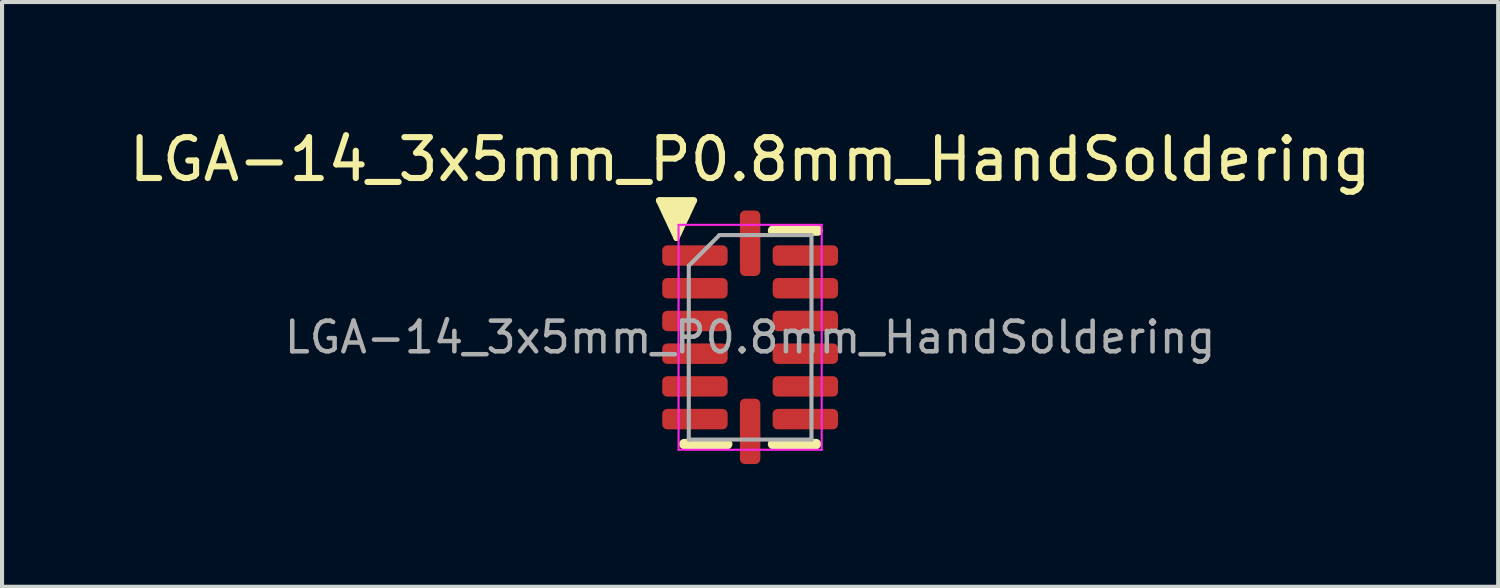
<source format=kicad_pcb>
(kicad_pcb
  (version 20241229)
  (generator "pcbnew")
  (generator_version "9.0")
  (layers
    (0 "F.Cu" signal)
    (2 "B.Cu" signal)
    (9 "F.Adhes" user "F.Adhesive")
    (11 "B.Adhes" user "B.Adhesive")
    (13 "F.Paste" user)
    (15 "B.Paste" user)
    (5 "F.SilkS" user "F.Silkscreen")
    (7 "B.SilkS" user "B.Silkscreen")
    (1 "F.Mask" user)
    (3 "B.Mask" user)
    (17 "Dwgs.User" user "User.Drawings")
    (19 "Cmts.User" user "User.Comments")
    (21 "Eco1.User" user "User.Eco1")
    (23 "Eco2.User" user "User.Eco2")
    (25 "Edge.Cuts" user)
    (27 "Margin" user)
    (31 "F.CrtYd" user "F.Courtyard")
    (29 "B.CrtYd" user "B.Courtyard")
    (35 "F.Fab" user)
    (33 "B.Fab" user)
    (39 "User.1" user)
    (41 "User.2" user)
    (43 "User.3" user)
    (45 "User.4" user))
  (footprint "LGA-14_3x5mm_P0.8mm_HandSoldering"
    (layer "F.Cu")
    (at 15.292 5.198)
    (property "Reference" "LGA-14_3x5mm_P0.8mm_HandSoldering" (at 0 -4.35 0) (layer "F.SilkS") (effects (font (size 1 1) (thickness 0.15))))
    (attr smd)
    (fp_line (start -0.56 2.61) (end -1.61 2.61) (stroke (width 0.254) (type solid)) (layer "F.SilkS"))
    (fp_line (start 0.56 -2.61) (end 1.65 -2.61) (stroke (width 0.254) (type solid)) (layer "F.SilkS"))
    (fp_line (start 0.56 2.61) (end 1.61 2.61) (stroke (width 0.254) (type solid)) (layer "F.SilkS"))
    (fp_line (start -1.75 -2.75) (end -1.75 2.75) (stroke (width 0.05) (type solid)) (layer "F.CrtYd"))
    (fp_line (start -1.75 2.75) (end 1.75 2.75) (stroke (width 0.05) (type solid)) (layer "F.CrtYd"))
    (fp_line (start 1.75 -2.75) (end -1.75 -2.75) (stroke (width 0.05) (type solid)) (layer "F.CrtYd"))
    (fp_line (start 1.75 2.75) (end 1.75 -2.75) (stroke (width 0.05) (type solid)) (layer "F.CrtYd"))
    (fp_line (start -1.5 -1.75) (end -0.75 -2.5) (stroke (width 0.1) (type solid)) (layer "F.Fab"))
    (fp_line (start -1.5 2.5) (end -1.5 -1.75) (stroke (width 0.1) (type solid)) (layer "F.Fab"))
    (fp_line (start -0.75 -2.5) (end 1.5 -2.5) (stroke (width 0.1) (type solid)) (layer "F.Fab"))
    (fp_line (start 1.5 -2.5) (end 1.5 2.5) (stroke (width 0.1) (type solid)) (layer "F.Fab"))
    (fp_line (start 1.5 2.5) (end -1.5 2.5) (stroke (width 0.1) (type solid)) (layer "F.Fab"))
    (fp_text user "▲" (at -1.8 -2.8 180) (unlocked yes) (layer "F.SilkS") (effects (font (size 1.2 1) (thickness 0.15))))
    (fp_text user "${REFERENCE}" (at 0 0 0) (layer "F.Fab") (effects (font (size 0.75 0.75) (thickness 0.11))))
    (pad "1" smd roundrect (at -1.35 -2) (size 1.6 0.5) (layers "F.Cu" "F.Mask" "F.Paste") (roundrect_rratio 0.25))
    (pad "2" smd roundrect (at -1.35 -1.2) (size 1.6 0.5) (layers "F.Cu" "F.Mask" "F.Paste") (roundrect_rratio 0.25))
    (pad "3" smd roundrect (at -1.35 -0.4) (size 1.6 0.5) (layers "F.Cu" "F.Mask" "F.Paste") (roundrect_rratio 0.25))
    (pad "4" smd roundrect (at -1.35 0.4) (size 1.6 0.5) (layers "F.Cu" "F.Mask" "F.Paste") (roundrect_rratio 0.25))
    (pad "5" smd roundrect (at -1.35 1.2) (size 1.6 0.5) (layers "F.Cu" "F.Mask" "F.Paste") (roundrect_rratio 0.25))
    (pad "6" smd roundrect (at -1.35 2) (size 1.6 0.5) (layers "F.Cu" "F.Mask" "F.Paste") (roundrect_rratio 0.25))
    (pad "7" smd roundrect (at 0 2.3 90) (size 1.6 0.5) (layers "F.Cu" "F.Mask" "F.Paste") (roundrect_rratio 0.25))
    (pad "8" smd roundrect (at 1.35 2) (size 1.6 0.5) (layers "F.Cu" "F.Mask" "F.Paste") (roundrect_rratio 0.25))
    (pad "9" smd roundrect (at 1.35 1.2) (size 1.6 0.5) (layers "F.Cu" "F.Mask" "F.Paste") (roundrect_rratio 0.25))
    (pad "10" smd roundrect (at 1.35 0.4) (size 1.6 0.5) (layers "F.Cu" "F.Mask" "F.Paste") (roundrect_rratio 0.25))
    (pad "11" smd roundrect (at 1.35 -0.4) (size 1.6 0.5) (layers "F.Cu" "F.Mask" "F.Paste") (roundrect_rratio 0.25))
    (pad "12" smd roundrect (at 1.35 -1.2) (size 1.6 0.5) (layers "F.Cu" "F.Mask" "F.Paste") (roundrect_rratio 0.25))
    (pad "13" smd roundrect (at 1.35 -2) (size 1.6 0.5) (layers "F.Cu" "F.Mask" "F.Paste") (roundrect_rratio 0.25))
    (pad "14" smd roundrect (at 0 -2.3 90) (size 1.6 0.5) (layers "F.Cu" "F.Mask" "F.Paste") (roundrect_rratio 0.25)))
  (gr_rect
    (start -3 -3)
    (end 33.583 11.298)
    (stroke (width 0.1) (type default))
    (fill no)
    (layer "Edge.Cuts")))
</source>
